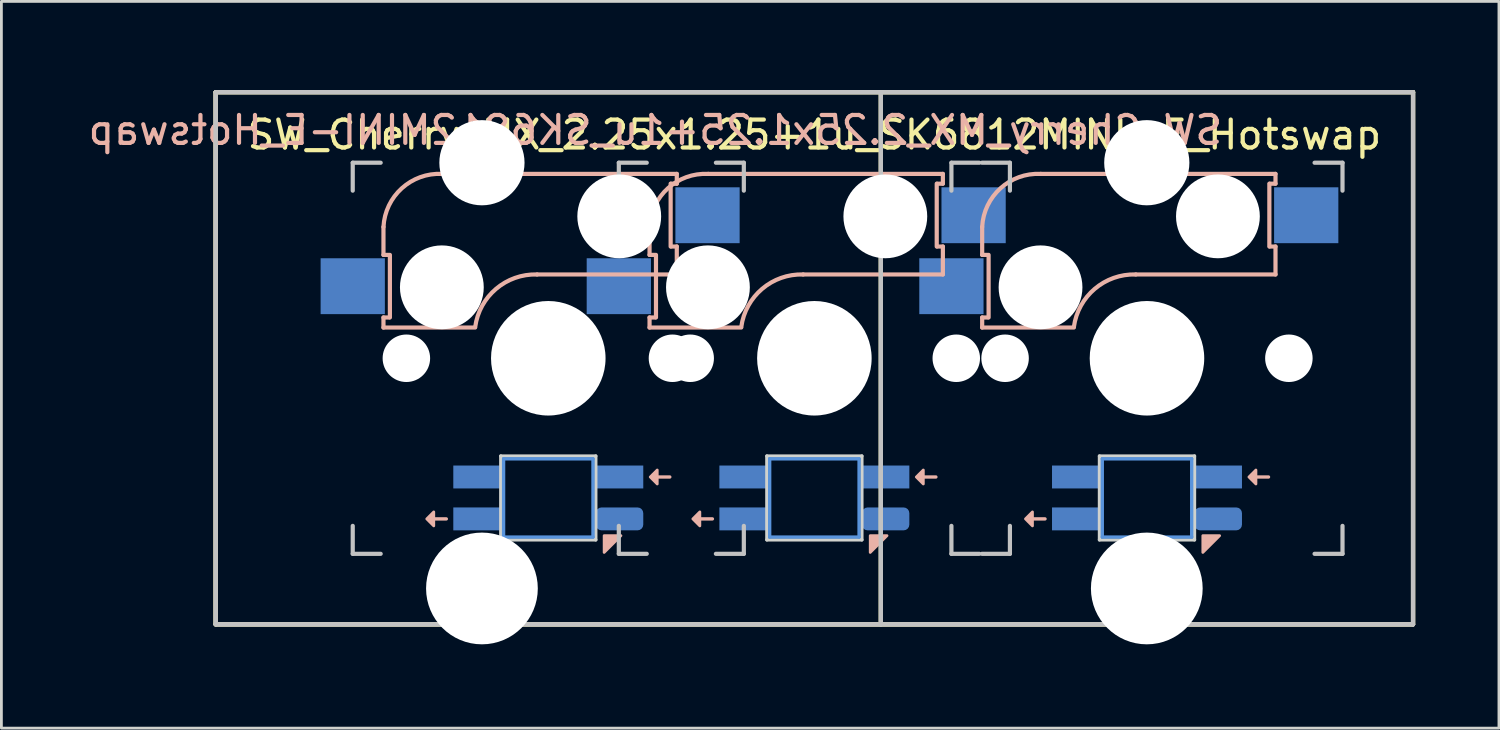
<source format=kicad_pcb>
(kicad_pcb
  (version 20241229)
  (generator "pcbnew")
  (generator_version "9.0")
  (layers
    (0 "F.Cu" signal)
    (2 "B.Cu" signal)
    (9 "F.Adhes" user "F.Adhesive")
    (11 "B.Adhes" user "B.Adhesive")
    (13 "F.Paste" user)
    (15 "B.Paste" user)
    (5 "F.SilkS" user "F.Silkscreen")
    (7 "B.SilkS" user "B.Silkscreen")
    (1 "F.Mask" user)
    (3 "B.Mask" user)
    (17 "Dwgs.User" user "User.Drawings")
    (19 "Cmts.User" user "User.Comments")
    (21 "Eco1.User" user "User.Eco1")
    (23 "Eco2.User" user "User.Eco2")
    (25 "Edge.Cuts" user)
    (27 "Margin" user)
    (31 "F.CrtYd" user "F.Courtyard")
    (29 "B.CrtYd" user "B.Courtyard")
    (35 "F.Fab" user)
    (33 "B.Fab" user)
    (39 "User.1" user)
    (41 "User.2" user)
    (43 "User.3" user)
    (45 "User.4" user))
  (footprint "SW_Cherry_MX_2.25x1.25+1u_SK6812MINI-E_Hotswap"
    (layer "F.Cu")
    (at 4.671 0.25)
    (property "Reference" "SW_Cherry_MX_2.25x1.25+1u_SK6812MINI-E_Hotswap" (at 21.431 1.525 0) (unlocked yes) (layer "F.SilkS") (effects (font (size 1 1) (thickness 0.15))))
    (attr through_hole)
    (fp_line (start 0 0) (end 23.812 0) (stroke (width 0.15) (type solid)) (layer "F.SilkS"))
    (fp_line (start 0 0) (end 42.862 0) (stroke (width 0.15) (type solid)) (layer "F.SilkS"))
    (fp_line (start 0 19.05) (end 0 0) (stroke (width 0.15) (type solid)) (layer "F.SilkS"))
    (fp_line (start 0 19.05) (end 0 0) (stroke (width 0.15) (type solid)) (layer "F.SilkS"))
    (fp_line (start 0 19.05) (end 23.812 19.05) (stroke (width 0.15) (type solid)) (layer "F.SilkS"))
    (fp_line (start 23.812 0) (end 23.812 19.05) (stroke (width 0.15) (type solid)) (layer "F.SilkS"))
    (fp_line (start 23.812 0) (end 42.862 0) (stroke (width 0.15) (type solid)) (layer "F.SilkS"))
    (fp_line (start 23.812 19.05) (end 23.812 0) (stroke (width 0.15) (type solid)) (layer "F.SilkS"))
    (fp_line (start 42.862 0) (end 42.862 19.05) (stroke (width 0.15) (type solid)) (layer "F.SilkS"))
    (fp_line (start 42.862 0) (end 42.862 19.05) (stroke (width 0.15) (type solid)) (layer "F.SilkS"))
    (fp_line (start 42.862 19.05) (end 0 19.05) (stroke (width 0.15) (type solid)) (layer "F.SilkS"))
    (fp_line (start 42.862 19.05) (end 23.812 19.05) (stroke (width 0.15) (type solid)) (layer "F.SilkS"))
    (fp_line (start 6.006 4.825) (end 6.006 5.825) (stroke (width 0.15) (type solid)) (layer "B.SilkS"))
    (fp_line (start 6.006 5.825) (end 6.206 5.825) (stroke (width 0.15) (type solid)) (layer "B.SilkS"))
    (fp_line (start 6.006 8.425) (end 6.006 8.065) (stroke (width 0.15) (type solid)) (layer "B.SilkS"))
    (fp_line (start 6.006 8.425) (end 9.286 8.425) (stroke (width 0.15) (type solid)) (layer "B.SilkS"))
    (fp_line (start 6.206 8.065) (end 6.006 8.065) (stroke (width 0.15) (type solid)) (layer "B.SilkS"))
    (fp_line (start 6.236 5.825) (end 6.236 8.065) (stroke (width 0.15) (type solid)) (layer "B.SilkS"))
    (fp_line (start 7.806 15.275) (end 8.256 15.275) (stroke (width 0.12) (type solid)) (layer "B.SilkS"))
    (fp_line (start 11.506 6.525) (end 16.506 6.525) (stroke (width 0.15) (type solid)) (layer "B.SilkS"))
    (fp_line (start 15.531 4.825) (end 15.531 5.825) (stroke (width 0.15) (type solid)) (layer "B.SilkS"))
    (fp_line (start 15.531 5.825) (end 15.731 5.825) (stroke (width 0.15) (type solid)) (layer "B.SilkS"))
    (fp_line (start 15.531 8.425) (end 15.531 8.065) (stroke (width 0.15) (type solid)) (layer "B.SilkS"))
    (fp_line (start 15.531 8.425) (end 18.811 8.425) (stroke (width 0.15) (type solid)) (layer "B.SilkS"))
    (fp_line (start 15.731 8.065) (end 15.531 8.065) (stroke (width 0.15) (type solid)) (layer "B.SilkS"))
    (fp_line (start 15.761 5.825) (end 15.761 8.065) (stroke (width 0.15) (type solid)) (layer "B.SilkS"))
    (fp_line (start 15.806 13.775) (end 16.256 13.775) (stroke (width 0.12) (type solid)) (layer "B.SilkS"))
    (fp_line (start 16.286 5.525) (end 16.286 3.275) (stroke (width 0.15) (type solid)) (layer "B.SilkS"))
    (fp_line (start 16.306 3.275) (end 16.506 3.275) (stroke (width 0.15) (type solid)) (layer "B.SilkS"))
    (fp_line (start 16.506 2.925) (end 8.106 2.925) (stroke (width 0.15) (type solid)) (layer "B.SilkS"))
    (fp_line (start 16.506 3.275) (end 16.506 2.925) (stroke (width 0.15) (type solid)) (layer "B.SilkS"))
    (fp_line (start 16.506 5.525) (end 16.306 5.525) (stroke (width 0.15) (type solid)) (layer "B.SilkS"))
    (fp_line (start 16.506 6.525) (end 16.506 5.525) (stroke (width 0.15) (type solid)) (layer "B.SilkS"))
    (fp_line (start 17.331 15.275) (end 17.781 15.275) (stroke (width 0.12) (type solid)) (layer "B.SilkS"))
    (fp_line (start 21.031 6.525) (end 26.031 6.525) (stroke (width 0.15) (type solid)) (layer "B.SilkS"))
    (fp_line (start 25.331 13.775) (end 25.781 13.775) (stroke (width 0.12) (type solid)) (layer "B.SilkS"))
    (fp_line (start 25.811 5.525) (end 25.811 3.275) (stroke (width 0.15) (type solid)) (layer "B.SilkS"))
    (fp_line (start 25.831 3.275) (end 26.031 3.275) (stroke (width 0.15) (type solid)) (layer "B.SilkS"))
    (fp_line (start 26.031 2.925) (end 17.631 2.925) (stroke (width 0.15) (type solid)) (layer "B.SilkS"))
    (fp_line (start 26.031 3.275) (end 26.031 2.925) (stroke (width 0.15) (type solid)) (layer "B.SilkS"))
    (fp_line (start 26.031 5.525) (end 25.831 5.525) (stroke (width 0.15) (type solid)) (layer "B.SilkS"))
    (fp_line (start 26.031 6.525) (end 26.031 5.525) (stroke (width 0.15) (type solid)) (layer "B.SilkS"))
    (fp_line (start 27.438 4.825) (end 27.438 5.825) (stroke (width 0.15) (type solid)) (layer "B.SilkS"))
    (fp_line (start 27.438 5.825) (end 27.637 5.825) (stroke (width 0.15) (type solid)) (layer "B.SilkS"))
    (fp_line (start 27.438 8.425) (end 27.438 8.065) (stroke (width 0.15) (type solid)) (layer "B.SilkS"))
    (fp_line (start 27.438 8.425) (end 30.718 8.425) (stroke (width 0.15) (type solid)) (layer "B.SilkS"))
    (fp_line (start 27.637 8.065) (end 27.438 8.065) (stroke (width 0.15) (type solid)) (layer "B.SilkS"))
    (fp_line (start 27.668 5.825) (end 27.668 8.065) (stroke (width 0.15) (type solid)) (layer "B.SilkS"))
    (fp_line (start 29.238 15.275) (end 29.688 15.275) (stroke (width 0.12) (type solid)) (layer "B.SilkS"))
    (fp_line (start 32.938 6.525) (end 37.938 6.525) (stroke (width 0.15) (type solid)) (layer "B.SilkS"))
    (fp_line (start 37.237 13.775) (end 37.688 13.775) (stroke (width 0.12) (type solid)) (layer "B.SilkS"))
    (fp_line (start 37.718 5.525) (end 37.718 3.275) (stroke (width 0.15) (type solid)) (layer "B.SilkS"))
    (fp_line (start 37.737 3.275) (end 37.938 3.275) (stroke (width 0.15) (type solid)) (layer "B.SilkS"))
    (fp_line (start 37.938 2.925) (end 29.537 2.925) (stroke (width 0.15) (type solid)) (layer "B.SilkS"))
    (fp_line (start 37.938 3.275) (end 37.938 2.925) (stroke (width 0.15) (type solid)) (layer "B.SilkS"))
    (fp_line (start 37.938 5.525) (end 37.737 5.525) (stroke (width 0.15) (type solid)) (layer "B.SilkS"))
    (fp_line (start 37.938 6.525) (end 37.938 5.525) (stroke (width 0.15) (type solid)) (layer "B.SilkS"))
    (fp_arc (start 6.00625 4.825001) (mid 6.662746 3.440076) (end 8.106249 2.925) (stroke (width 0.15) (type solid)) (layer "B.SilkS"))
    (fp_arc (start 9.289932 8.403529) (mid 10.037541 7.038882) (end 11.50625 6.525) (stroke (width 0.15) (type solid)) (layer "B.SilkS"))
    (fp_arc (start 15.53125 4.825001) (mid 16.187746 3.440076) (end 17.631249 2.925) (stroke (width 0.15) (type solid)) (layer "B.SilkS"))
    (fp_arc (start 18.814932 8.403529) (mid 19.562541 7.038882) (end 21.03125 6.525) (stroke (width 0.15) (type solid)) (layer "B.SilkS"))
    (fp_arc (start 27.4375 4.825001) (mid 28.093996 3.440076) (end 29.537499 2.925) (stroke (width 0.15) (type solid)) (layer "B.SilkS"))
    (fp_arc (start 30.721182 8.403529) (mid 31.468791 7.038882) (end 32.9375 6.525) (stroke (width 0.15) (type solid)) (layer "B.SilkS"))
    (fp_poly (pts (xy 7.806 15.025) (xy 7.556 15.275) (xy 7.806 15.525)) (stroke (width 0.1) (type solid)) (fill yes) (layer "B.SilkS"))
    (fp_poly (pts (xy 13.906 16.475) (xy 13.906 15.875) (xy 14.506 15.875)) (stroke (width 0.1) (type solid)) (fill yes) (layer "B.SilkS"))
    (fp_poly (pts (xy 15.806 13.525) (xy 15.556 13.775) (xy 15.806 14.025)) (stroke (width 0.1) (type solid)) (fill yes) (layer "B.SilkS"))
    (fp_poly (pts (xy 17.331 15.025) (xy 17.081 15.275) (xy 17.331 15.525)) (stroke (width 0.1) (type solid)) (fill yes) (layer "B.SilkS"))
    (fp_poly (pts (xy 23.431 16.475) (xy 23.431 15.875) (xy 24.031 15.875)) (stroke (width 0.1) (type solid)) (fill yes) (layer "B.SilkS"))
    (fp_poly (pts (xy 25.331 13.525) (xy 25.081 13.775) (xy 25.331 14.025)) (stroke (width 0.1) (type solid)) (fill yes) (layer "B.SilkS"))
    (fp_poly (pts (xy 29.238 15.025) (xy 28.988 15.275) (xy 29.238 15.525)) (stroke (width 0.1) (type solid)) (fill yes) (layer "B.SilkS"))
    (fp_poly (pts (xy 35.337 16.475) (xy 35.337 15.875) (xy 35.938 15.875)) (stroke (width 0.1) (type solid)) (fill yes) (layer "B.SilkS"))
    (fp_poly (pts (xy 37.237 13.525) (xy 36.987 13.775) (xy 37.237 14.025)) (stroke (width 0.1) (type solid)) (fill yes) (layer "B.SilkS"))
    (fp_line (start 0 0) (end 23.812 0) (stroke (width 0.15) (type solid)) (layer "Dwgs.User"))
    (fp_line (start 0 0) (end 42.862 0) (stroke (width 0.15) (type solid)) (layer "Dwgs.User"))
    (fp_line (start 0 19.05) (end 0 0) (stroke (width 0.15) (type solid)) (layer "Dwgs.User"))
    (fp_line (start 0 19.05) (end 0 0) (stroke (width 0.15) (type solid)) (layer "Dwgs.User"))
    (fp_line (start 0 19.05) (end 23.812 19.05) (stroke (width 0.15) (type solid)) (layer "Dwgs.User"))
    (fp_line (start 4.906 2.525) (end 5.906 2.525) (stroke (width 0.15) (type solid)) (layer "Dwgs.User"))
    (fp_line (start 4.906 3.525) (end 4.906 2.525) (stroke (width 0.15) (type solid)) (layer "Dwgs.User"))
    (fp_line (start 4.906 15.525) (end 4.906 16.525) (stroke (width 0.15) (type solid)) (layer "Dwgs.User"))
    (fp_line (start 4.906 16.525) (end 5.906 16.525) (stroke (width 0.15) (type solid)) (layer "Dwgs.User"))
    (fp_line (start 14.431 2.525) (end 15.431 2.525) (stroke (width 0.15) (type solid)) (layer "Dwgs.User"))
    (fp_line (start 14.431 3.525) (end 14.431 2.525) (stroke (width 0.15) (type solid)) (layer "Dwgs.User"))
    (fp_line (start 14.431 15.525) (end 14.431 16.525) (stroke (width 0.15) (type solid)) (layer "Dwgs.User"))
    (fp_line (start 14.431 16.525) (end 15.431 16.525) (stroke (width 0.15) (type solid)) (layer "Dwgs.User"))
    (fp_line (start 17.906 16.525) (end 18.906 16.525) (stroke (width 0.15) (type solid)) (layer "Dwgs.User"))
    (fp_line (start 18.906 2.525) (end 17.906 2.525) (stroke (width 0.15) (type solid)) (layer "Dwgs.User"))
    (fp_line (start 18.906 2.525) (end 18.906 3.525) (stroke (width 0.15) (type solid)) (layer "Dwgs.User"))
    (fp_line (start 18.906 16.525) (end 18.906 15.525) (stroke (width 0.15) (type solid)) (layer "Dwgs.User"))
    (fp_line (start 23.812 0) (end 23.812 19.05) (stroke (width 0.15) (type solid)) (layer "Dwgs.User"))
    (fp_line (start 23.812 0) (end 42.862 0) (stroke (width 0.15) (type solid)) (layer "Dwgs.User"))
    (fp_line (start 23.812 19.05) (end 23.812 0) (stroke (width 0.15) (type solid)) (layer "Dwgs.User"))
    (fp_line (start 26.337 2.525) (end 27.337 2.525) (stroke (width 0.15) (type solid)) (layer "Dwgs.User"))
    (fp_line (start 26.337 3.525) (end 26.337 2.525) (stroke (width 0.15) (type solid)) (layer "Dwgs.User"))
    (fp_line (start 26.337 15.525) (end 26.337 16.525) (stroke (width 0.15) (type solid)) (layer "Dwgs.User"))
    (fp_line (start 26.337 16.525) (end 27.337 16.525) (stroke (width 0.15) (type solid)) (layer "Dwgs.User"))
    (fp_line (start 27.431 16.525) (end 28.431 16.525) (stroke (width 0.15) (type solid)) (layer "Dwgs.User"))
    (fp_line (start 28.431 2.525) (end 27.431 2.525) (stroke (width 0.15) (type solid)) (layer "Dwgs.User"))
    (fp_line (start 28.431 2.525) (end 28.431 3.525) (stroke (width 0.15) (type solid)) (layer "Dwgs.User"))
    (fp_line (start 28.431 16.525) (end 28.431 15.525) (stroke (width 0.15) (type solid)) (layer "Dwgs.User"))
    (fp_line (start 39.337 16.525) (end 40.337 16.525) (stroke (width 0.15) (type solid)) (layer "Dwgs.User"))
    (fp_line (start 40.337 2.525) (end 39.337 2.525) (stroke (width 0.15) (type solid)) (layer "Dwgs.User"))
    (fp_line (start 40.337 2.525) (end 40.337 3.525) (stroke (width 0.15) (type solid)) (layer "Dwgs.User"))
    (fp_line (start 40.337 16.525) (end 40.337 15.525) (stroke (width 0.15) (type solid)) (layer "Dwgs.User"))
    (fp_line (start 42.862 0) (end 42.862 19.05) (stroke (width 0.15) (type solid)) (layer "Dwgs.User"))
    (fp_line (start 42.862 0) (end 42.862 19.05) (stroke (width 0.15) (type solid)) (layer "Dwgs.User"))
    (fp_line (start 42.862 19.05) (end 0 19.05) (stroke (width 0.15) (type solid)) (layer "Dwgs.User"))
    (fp_line (start 42.862 19.05) (end 23.812 19.05) (stroke (width 0.15) (type solid)) (layer "Dwgs.User"))
    (fp_line (start 10.306 13.125) (end 13.506 13.125) (stroke (width 0.12) (type solid)) (layer "Cmts.User"))
    (fp_line (start 10.306 15.925) (end 10.306 13.125) (stroke (width 0.12) (type solid)) (layer "Cmts.User"))
    (fp_line (start 13.506 13.125) (end 13.506 15.925) (stroke (width 0.12) (type solid)) (layer "Cmts.User"))
    (fp_line (start 13.506 15.925) (end 10.306 15.925) (stroke (width 0.12) (type solid)) (layer "Cmts.User"))
    (fp_line (start 19.831 13.125) (end 23.031 13.125) (stroke (width 0.12) (type solid)) (layer "Cmts.User"))
    (fp_line (start 19.831 15.925) (end 19.831 13.125) (stroke (width 0.12) (type solid)) (layer "Cmts.User"))
    (fp_line (start 23.031 13.125) (end 23.031 15.925) (stroke (width 0.12) (type solid)) (layer "Cmts.User"))
    (fp_line (start 23.031 15.925) (end 19.831 15.925) (stroke (width 0.12) (type solid)) (layer "Cmts.User"))
    (fp_line (start 31.738 13.125) (end 34.938 13.125) (stroke (width 0.12) (type solid)) (layer "Cmts.User"))
    (fp_line (start 31.738 15.925) (end 31.738 13.125) (stroke (width 0.12) (type solid)) (layer "Cmts.User"))
    (fp_line (start 34.938 13.125) (end 34.938 15.925) (stroke (width 0.12) (type solid)) (layer "Cmts.User"))
    (fp_line (start 34.938 15.925) (end 31.738 15.925) (stroke (width 0.12) (type solid)) (layer "Cmts.User"))
    (fp_line (start 4.86 2.48) (end 18.96 2.48) (stroke (width 0.05) (type solid)) (layer "Eco1.User"))
    (fp_line (start 4.86 16.58) (end 4.86 2.48) (stroke (width 0.05) (type solid)) (layer "Eco1.User"))
    (fp_line (start 5.301 17.297) (end 5.302 3.835) (stroke (width 0.05) (type solid)) (layer "Eco1.User"))
    (fp_line (start 5.302 3.835) (end 14.38 3.835) (stroke (width 0.05) (type solid)) (layer "Eco1.User"))
    (fp_line (start 11.779 16.129) (end 11.779 17.297) (stroke (width 0.05) (type solid)) (layer "Eco1.User"))
    (fp_line (start 11.779 17.297) (end 5.301 17.297) (stroke (width 0.05) (type solid)) (layer "Eco1.User"))
    (fp_line (start 14.38 2.48) (end 14.38 3.835) (stroke (width 0.05) (type solid)) (layer "Eco1.User"))
    (fp_line (start 14.38 2.48) (end 28.48 2.48) (stroke (width 0.05) (type solid)) (layer "Eco1.User"))
    (fp_line (start 14.38 16.129) (end 11.779 16.129) (stroke (width 0.05) (type solid)) (layer "Eco1.User"))
    (fp_line (start 14.38 16.129) (end 14.38 16.58) (stroke (width 0.05) (type solid)) (layer "Eco1.User"))
    (fp_line (start 18.96 2.48) (end 18.96 16.58) (stroke (width 0.05) (type solid)) (layer "Eco1.User"))
    (fp_line (start 18.96 16.58) (end 4.86 16.58) (stroke (width 0.05) (type solid)) (layer "Eco1.User"))
    (fp_line (start 26.282 2.47) (end 40.383 2.47) (stroke (width 0.05) (type solid)) (layer "Eco1.User"))
    (fp_line (start 26.282 16.57) (end 26.282 2.47) (stroke (width 0.05) (type solid)) (layer "Eco1.User"))
    (fp_line (start 28.48 2.48) (end 28.48 3.835) (stroke (width 0.05) (type solid)) (layer "Eco1.User"))
    (fp_line (start 28.48 16.129) (end 28.48 16.58) (stroke (width 0.05) (type solid)) (layer "Eco1.User"))
    (fp_line (start 28.48 16.129) (end 31.083 16.129) (stroke (width 0.05) (type solid)) (layer "Eco1.User"))
    (fp_line (start 28.48 16.58) (end 14.38 16.58) (stroke (width 0.05) (type solid)) (layer "Eco1.User"))
    (fp_line (start 31.083 17.297) (end 31.083 16.129) (stroke (width 0.05) (type solid)) (layer "Eco1.User"))
    (fp_line (start 31.083 17.297) (end 37.561 17.297) (stroke (width 0.05) (type solid)) (layer "Eco1.User"))
    (fp_line (start 37.56 3.835) (end 28.48 3.835) (stroke (width 0.05) (type solid)) (layer "Eco1.User"))
    (fp_line (start 37.561 17.297) (end 37.56 3.835) (stroke (width 0.05) (type solid)) (layer "Eco1.User"))
    (fp_line (start 40.383 2.47) (end 40.383 16.57) (stroke (width 0.05) (type solid)) (layer "Eco1.User"))
    (fp_line (start 40.383 16.57) (end 26.282 16.57) (stroke (width 0.05) (type solid)) (layer "Eco1.User"))
    (fp_line (start 10.206 13.025) (end 13.606 13.025) (stroke (width 0.12) (type solid)) (layer "Edge.Cuts"))
    (fp_line (start 10.206 16.025) (end 10.206 13.025) (stroke (width 0.12) (type solid)) (layer "Edge.Cuts"))
    (fp_line (start 13.606 13.025) (end 13.606 16.025) (stroke (width 0.12) (type solid)) (layer "Edge.Cuts"))
    (fp_line (start 13.606 16.025) (end 10.206 16.025) (stroke (width 0.12) (type solid)) (layer "Edge.Cuts"))
    (fp_line (start 19.731 13.025) (end 23.131 13.025) (stroke (width 0.12) (type solid)) (layer "Edge.Cuts"))
    (fp_line (start 19.731 16.025) (end 19.731 13.025) (stroke (width 0.12) (type solid)) (layer "Edge.Cuts"))
    (fp_line (start 23.131 13.025) (end 23.131 16.025) (stroke (width 0.12) (type solid)) (layer "Edge.Cuts"))
    (fp_line (start 23.131 16.025) (end 19.731 16.025) (stroke (width 0.12) (type solid)) (layer "Edge.Cuts"))
    (fp_line (start 31.637 13.025) (end 35.038 13.025) (stroke (width 0.12) (type solid)) (layer "Edge.Cuts"))
    (fp_line (start 31.637 16.025) (end 31.637 13.025) (stroke (width 0.12) (type solid)) (layer "Edge.Cuts"))
    (fp_line (start 35.038 13.025) (end 35.038 16.025) (stroke (width 0.12) (type solid)) (layer "Edge.Cuts"))
    (fp_line (start 35.038 16.025) (end 31.637 16.025) (stroke (width 0.12) (type solid)) (layer "Edge.Cuts"))
    (fp_text user "${REFERENCE}" (at 15.74 1.36 0) (layer "B.SilkS") (effects (font (size 1 1) (thickness 0.15)) (justify mirror)))
    (pad "" np_thru_hole circle (at 6.826 9.525) (size 1.7 1.7) (drill 1.7) (layers "*.Cu" "*.Mask"))
    (pad "" np_thru_hole circle (at 8.096 6.985 180) (size 3 3) (drill 3) (layers "*.Cu" "*.Mask"))
    (pad "" np_thru_hole circle (at 9.531 2.525) (size 3.05 3.05) (drill 3.05) (layers "*.Cu" "*.Mask"))
    (pad "" np_thru_hole circle (at 9.531 17.765) (size 4 4) (drill 4) (layers "*.Cu" "*.Mask"))
    (pad "" np_thru_hole circle (at 11.906 9.525 90) (size 4.1 4.1) (drill 4.1) (layers "*.Cu" "*.Mask"))
    (pad "" np_thru_hole circle (at 14.446 4.445 180) (size 3 3) (drill 3) (layers "*.Cu" "*.Mask"))
    (pad "" np_thru_hole circle (at 16.351 9.525) (size 1.7 1.7) (drill 1.7) (layers "*.Cu" "*.Mask"))
    (pad "" np_thru_hole circle (at 16.986 9.525) (size 1.7 1.7) (drill 1.7) (layers "*.Cu" "*.Mask"))
    (pad "" np_thru_hole circle (at 17.621 6.985 180) (size 3 3) (drill 3) (layers "*.Cu" "*.Mask"))
    (pad "" np_thru_hole circle (at 21.431 9.525 90) (size 4.1 4.1) (drill 4.1) (layers "*.Cu" "*.Mask"))
    (pad "" np_thru_hole circle (at 23.971 4.445 180) (size 3 3) (drill 3) (layers "*.Cu" "*.Mask"))
    (pad "" np_thru_hole circle (at 26.511 9.525) (size 1.7 1.7) (drill 1.7) (layers "*.Cu" "*.Mask"))
    (pad "" np_thru_hole circle (at 28.258 9.525) (size 1.7 1.7) (drill 1.7) (layers "*.Cu" "*.Mask"))
    (pad "" np_thru_hole circle (at 29.527 6.985 180) (size 3 3) (drill 3) (layers "*.Cu" "*.Mask"))
    (pad "" np_thru_hole circle (at 33.331 2.525) (size 3.05 3.05) (drill 3.05) (layers "*.Cu" "*.Mask"))
    (pad "" np_thru_hole circle (at 33.331 17.765) (size 4 4) (drill 4) (layers "*.Cu" "*.Mask"))
    (pad "" np_thru_hole circle (at 33.337 9.525 90) (size 4.1 4.1) (drill 4.1) (layers "*.Cu" "*.Mask"))
    (pad "" np_thru_hole circle (at 35.877 4.445 180) (size 3 3) (drill 3) (layers "*.Cu" "*.Mask"))
    (pad "" np_thru_hole circle (at 38.417 9.525) (size 1.7 1.7) (drill 1.7) (layers "*.Cu" "*.Mask"))
    (pad "1" smd rect (at 4.906 6.945 180) (size 2.3 2) (layers "B.Cu" "B.Mask" "B.Paste"))
    (pad "1" smd rect (at 14.431 6.945 180) (size 2.3 2) (layers "B.Cu" "B.Mask" "B.Paste"))
    (pad "2" smd rect (at 17.606 4.405 180) (size 2.3 2) (layers "B.Cu" "B.Mask" "B.Paste"))
    (pad "2" smd rect (at 27.131 4.405 180) (size 2.3 2) (layers "B.Cu" "B.Mask" "B.Paste"))
    (pad "3" smd rect (at 9.356 13.775) (size 1.7 0.82) (layers "B.Cu" "B.Mask" "B.Paste"))
    (pad "3" smd rect (at 18.881 13.775) (size 1.7 0.82) (layers "B.Cu" "B.Mask" "B.Paste"))
    (pad "4" smd rect (at 9.356 15.275) (size 1.7 0.82) (layers "B.Cu" "B.Mask" "B.Paste"))
    (pad "4" smd rect (at 18.881 15.275) (size 1.7 0.82) (layers "B.Cu" "B.Mask" "B.Paste"))
    (pad "5" smd roundrect (at 14.456 15.275) (size 1.7 0.82) (layers "B.Cu" "B.Mask" "B.Paste") (roundrect_rratio 0.25))
    (pad "5" smd roundrect (at 23.981 15.275) (size 1.7 0.82) (layers "B.Cu" "B.Mask" "B.Paste") (roundrect_rratio 0.25))
    (pad "6" smd rect (at 14.456 13.775) (size 1.7 0.82) (layers "B.Cu" "B.Mask" "B.Paste"))
    (pad "6" smd rect (at 23.981 13.775) (size 1.7 0.82) (layers "B.Cu" "B.Mask" "B.Paste"))
    (pad "7" smd rect (at 26.337 6.945 180) (size 2.3 2) (layers "B.Cu" "B.Mask" "B.Paste"))
    (pad "8" smd rect (at 39.038 4.405 180) (size 2.3 2) (layers "B.Cu" "B.Mask" "B.Paste"))
    (pad "9" smd rect (at 30.788 13.775) (size 1.7 0.82) (layers "B.Cu" "B.Mask" "B.Paste"))
    (pad "10" smd rect (at 30.788 15.275) (size 1.7 0.82) (layers "B.Cu" "B.Mask" "B.Paste"))
    (pad "11" smd roundrect (at 35.888 15.275) (size 1.7 0.82) (layers "B.Cu" "B.Mask" "B.Paste") (roundrect_rratio 0.25))
    (pad "12" smd rect (at 35.888 13.775) (size 1.7 0.82) (layers "B.Cu" "B.Mask" "B.Paste")))
  (gr_rect
    (start -3 -3)
    (end 50.608 23.015)
    (stroke (width 0.1) (type default))
    (fill no)
    (layer "Edge.Cuts")))
</source>
